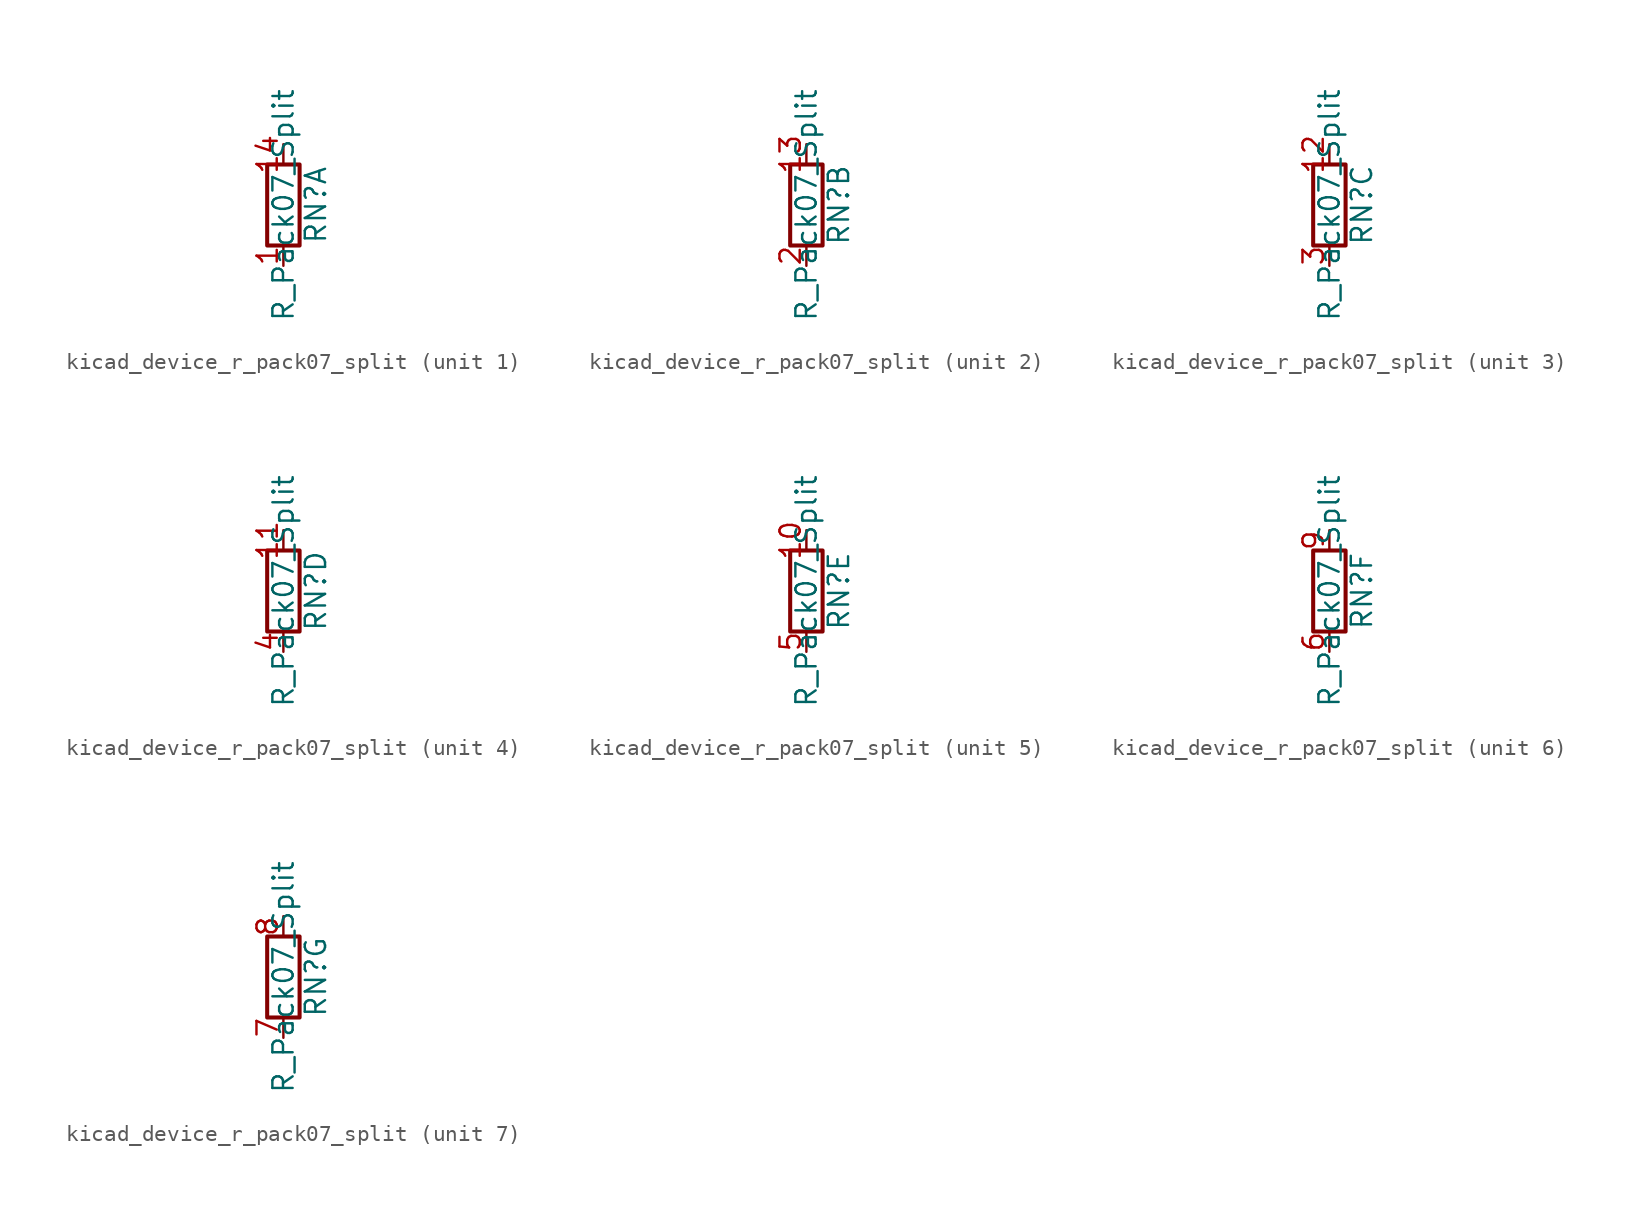
<source format=kicad_sym>
(kicad_symbol_lib
  (version 20220914)
  (generator kicad_symbol_editor)
  (symbol "kicad_device_r_pack07_split"
    (pin_names
      (offset 0) hide)
    (property "Reference" "RN"
      (at 2.032 0 90)
      (effects (font (size 1.27 1.27))))
    (property "Value" "R_Pack07_Split"
      (at 0 0 90)
      (effects (font (size 1.27 1.27))))
    (symbol "kicad_device_r_pack07_split_0_1"
      (rectangle (start 1.016 2.54) (end -1.016 -2.54) (stroke (width 0.254) (type default)) (fill (type none))))
    (symbol "kicad_device_r_pack07_split_1_1"
      (pin passive line (at 0 -3.81 90) (length 1.27) (name "R1.1" (effects (font (size 1.27 1.27)))) (number "1" (effects (font (size 1.27 1.27)))))
      (pin passive line (at 0 3.81 270) (length 1.27) (name "R1.2" (effects (font (size 1.27 1.27)))) (number "14" (effects (font (size 1.27 1.27))))))
    (symbol "kicad_device_r_pack07_split_2_1"
      (pin passive line (at 0 3.81 270) (length 1.27) (name "R2.2" (effects (font (size 1.27 1.27)))) (number "13" (effects (font (size 1.27 1.27)))))
      (pin passive line (at 0 -3.81 90) (length 1.27) (name "R2.1" (effects (font (size 1.27 1.27)))) (number "2" (effects (font (size 1.27 1.27))))))
    (symbol "kicad_device_r_pack07_split_3_1"
      (pin passive line (at 0 3.81 270) (length 1.27) (name "R3.2" (effects (font (size 1.27 1.27)))) (number "12" (effects (font (size 1.27 1.27)))))
      (pin passive line (at 0 -3.81 90) (length 1.27) (name "R3.1" (effects (font (size 1.27 1.27)))) (number "3" (effects (font (size 1.27 1.27))))))
    (symbol "kicad_device_r_pack07_split_4_1"
      (pin passive line (at 0 3.81 270) (length 1.27) (name "R4.2" (effects (font (size 1.27 1.27)))) (number "11" (effects (font (size 1.27 1.27)))))
      (pin passive line (at 0 -3.81 90) (length 1.27) (name "R4.1" (effects (font (size 1.27 1.27)))) (number "4" (effects (font (size 1.27 1.27))))))
    (symbol "kicad_device_r_pack07_split_5_1"
      (pin passive line (at 0 3.81 270) (length 1.27) (name "R5.2" (effects (font (size 1.27 1.27)))) (number "10" (effects (font (size 1.27 1.27)))))
      (pin passive line (at 0 -3.81 90) (length 1.27) (name "R5.1" (effects (font (size 1.27 1.27)))) (number "5" (effects (font (size 1.27 1.27))))))
    (symbol "kicad_device_r_pack07_split_6_1"
      (pin passive line (at 0 -3.81 90) (length 1.27) (name "R6.1" (effects (font (size 1.27 1.27)))) (number "6" (effects (font (size 1.27 1.27)))))
      (pin passive line (at 0 3.81 270) (length 1.27) (name "R6.2" (effects (font (size 1.27 1.27)))) (number "9" (effects (font (size 1.27 1.27))))))
    (symbol "kicad_device_r_pack07_split_7_1"
      (pin passive line (at 0 -3.81 90) (length 1.27) (name "R7.1" (effects (font (size 1.27 1.27)))) (number "7" (effects (font (size 1.27 1.27)))))
      (pin passive line (at 0 3.81 270) (length 1.27) (name "R7.2" (effects (font (size 1.27 1.27)))) (number "8" (effects (font (size 1.27 1.27))))))))
</source>
